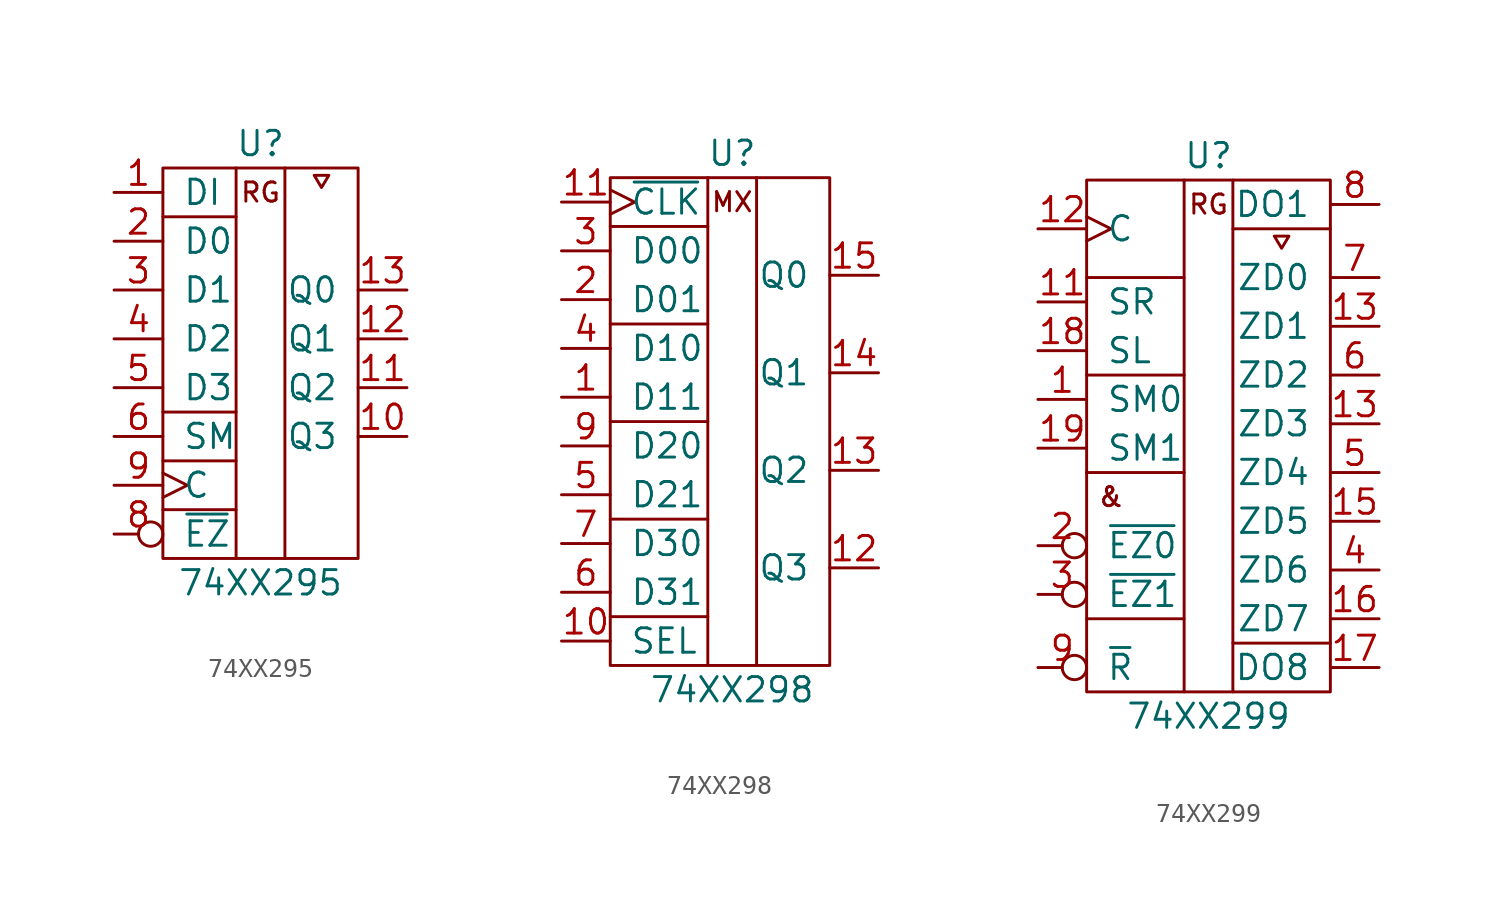
<source format=kicad_sym>
(kicad_symbol_lib
  (version 20211014)
  (generator kicad_symbol_editor)
  (symbol "74XX295"
    (pin_names
      (offset 1.016))
    (property "Reference" "U"
      (at 0 11.43 0)
      (effects (font (size 1.27 1.27))))
    (property "Value" "74XX295"
      (at 0 -11.43 0)
      (effects (font (size 1.27 1.27))))
    (symbol "74XX295_0_0"
      (polyline (pts (xy -5.08 -7.62) (xy -1.27 -7.62)) (stroke (width 0) (type default) (color 0 0 0 0)) (fill (type none)))
      (polyline (pts (xy -5.08 -5.08) (xy -1.27 -5.08)) (stroke (width 0) (type default) (color 0 0 0 0)) (fill (type none)))
      (polyline (pts (xy -5.08 -2.54) (xy -1.27 -2.54)) (stroke (width 0) (type default) (color 0 0 0 0)) (fill (type none)))
      (polyline (pts (xy -5.08 7.62) (xy -1.27 7.62)) (stroke (width 0) (type default) (color 0 0 0 0)) (fill (type none)))
      (text "RG" (at 0 8.89 0) (effects (font (size 1 1)))))
    (symbol "74XX295_0_1"
      (rectangle (start -5.08 -10.16) (end 5.08 10.16) (stroke (width 0) (type default) (color 0 0 0 0)) (fill (type none)))
      (polyline (pts (xy -1.27 10.16) (xy -1.27 -10.16)) (stroke (width 0) (type default) (color 0 0 0 0)) (fill (type none)))
      (polyline (pts (xy 1.27 -10.16) (xy 1.27 10.16)) (stroke (width 0) (type default) (color 0 0 0 0)) (fill (type none)))
      (polyline (pts (xy 3.175 9.144) (xy 2.794 9.779) (xy 3.556 9.779) (xy 3.175 9.144)) (stroke (width 0) (type default) (color 0 0 0 0)) (fill (type none)))
      (pin power_in line (at 5.08 10.16 180) (length 0) hide (name "VCC" (effects (font (size 1.27 1.27)))) (number "14" (effects (font (size 1.27 1.27)))))
      (pin power_in line (at 5.08 -10.16 180) (length 0) hide (name "GND" (effects (font (size 1.27 1.27)))) (number "7" (effects (font (size 1.27 1.27))))))
    (symbol "74XX295_1_1"
      (pin input line (at -7.62 8.89 0) (length 2.54) (name "DI" (effects (font (size 1.27 1.27)))) (number "1" (effects (font (size 1.27 1.27)))))
      (pin tri_state line (at 7.62 -3.81 180) (length 2.54) (name "Q3" (effects (font (size 1.27 1.27)))) (number "10" (effects (font (size 1.27 1.27)))))
      (pin tri_state line (at 7.62 -1.27 180) (length 2.54) (name "Q2" (effects (font (size 1.27 1.27)))) (number "11" (effects (font (size 1.27 1.27)))))
      (pin tri_state line (at 7.62 1.27 180) (length 2.54) (name "Q1" (effects (font (size 1.27 1.27)))) (number "12" (effects (font (size 1.27 1.27)))))
      (pin tri_state line (at 7.62 3.81 180) (length 2.54) (name "Q0" (effects (font (size 1.27 1.27)))) (number "13" (effects (font (size 1.27 1.27)))))
      (pin input line (at -7.62 6.35 0) (length 2.54) (name "D0" (effects (font (size 1.27 1.27)))) (number "2" (effects (font (size 1.27 1.27)))))
      (pin input line (at -7.62 3.81 0) (length 2.54) (name "D1" (effects (font (size 1.27 1.27)))) (number "3" (effects (font (size 1.27 1.27)))))
      (pin input line (at -7.62 1.27 0) (length 2.54) (name "D2" (effects (font (size 1.27 1.27)))) (number "4" (effects (font (size 1.27 1.27)))))
      (pin input line (at -7.62 -1.27 0) (length 2.54) (name "D3" (effects (font (size 1.27 1.27)))) (number "5" (effects (font (size 1.27 1.27)))))
      (pin input line (at -7.62 -3.81 0) (length 2.54) (name "SM" (effects (font (size 1.27 1.27)))) (number "6" (effects (font (size 1.27 1.27)))))
      (pin input inverted (at -7.62 -8.89 0) (length 2.54) (name "~{EZ}" (effects (font (size 1.27 1.27)))) (number "8" (effects (font (size 1.27 1.27)))))
      (pin input clock (at -7.62 -6.35 0) (length 2.54) (name "C" (effects (font (size 1.27 1.27)))) (number "9" (effects (font (size 1.27 1.27)))))))
  (symbol "74XX298"
    (pin_names
      (offset 1.016))
    (property "Reference" "U"
      (at 0 13.97 0)
      (effects (font (size 1.27 1.27))))
    (property "Value" "74XX298"
      (at 0 -13.97 0)
      (effects (font (size 1.27 1.27))))
    (symbol "74XX298_1_1"
      (rectangle (start -6.35 -12.7) (end 5.08 12.7) (stroke (width 0) (type default) (color 0 0 0 0)) (fill (type none)))
      (polyline (pts (xy -6.35 -10.16) (xy -1.27 -10.16)) (stroke (width 0) (type default) (color 0 0 0 0)) (fill (type none)))
      (polyline (pts (xy -6.35 -5.08) (xy -1.27 -5.08)) (stroke (width 0) (type default) (color 0 0 0 0)) (fill (type none)))
      (polyline (pts (xy -6.35 5.08) (xy -1.27 5.08)) (stroke (width 0) (type default) (color 0 0 0 0)) (fill (type none)))
      (polyline (pts (xy -6.35 10.16) (xy -1.27 10.16)) (stroke (width 0) (type default) (color 0 0 0 0)) (fill (type none)))
      (polyline (pts (xy -1.27 0) (xy -6.35 0)) (stroke (width 0) (type default) (color 0 0 0 0)) (fill (type none)))
      (polyline (pts (xy -1.27 12.7) (xy -1.27 -12.7)) (stroke (width 0) (type default) (color 0 0 0 0)) (fill (type none)))
      (polyline (pts (xy 1.27 -12.7) (xy 1.27 12.7)) (stroke (width 0) (type default) (color 0 0 0 0)) (fill (type none)))
      (text "MX" (at 0 11.43 0) (effects (font (size 1 1))))
      (pin input line (at -8.89 1.27 0) (length 2.54) (name "D11" (effects (font (size 1.27 1.27)))) (number "1" (effects (font (size 1.27 1.27)))))
      (pin input line (at -8.89 -11.43 0) (length 2.54) (name "SEL" (effects (font (size 1.27 1.27)))) (number "10" (effects (font (size 1.27 1.27)))))
      (pin input clock (at -8.89 11.43 0) (length 2.54) (name "~{CLK}" (effects (font (size 1.27 1.27)))) (number "11" (effects (font (size 1.27 1.27)))))
      (pin output line (at 7.62 -7.62 180) (length 2.54) (name "Q3" (effects (font (size 1.27 1.27)))) (number "12" (effects (font (size 1.27 1.27)))))
      (pin output line (at 7.62 -2.54 180) (length 2.54) (name "Q2" (effects (font (size 1.27 1.27)))) (number "13" (effects (font (size 1.27 1.27)))))
      (pin output line (at 7.62 2.54 180) (length 2.54) (name "Q1" (effects (font (size 1.27 1.27)))) (number "14" (effects (font (size 1.27 1.27)))))
      (pin output line (at 7.62 7.62 180) (length 2.54) (name "Q0" (effects (font (size 1.27 1.27)))) (number "15" (effects (font (size 1.27 1.27)))))
      (pin power_in line (at 5.08 12.7 180) (length 0) hide (name "VCC" (effects (font (size 1.27 1.27)))) (number "16" (effects (font (size 1.27 1.27)))))
      (pin input line (at -8.89 6.35 0) (length 2.54) (name "D01" (effects (font (size 1.27 1.27)))) (number "2" (effects (font (size 1.27 1.27)))))
      (pin input line (at -8.89 8.89 0) (length 2.54) (name "D00" (effects (font (size 1.27 1.27)))) (number "3" (effects (font (size 1.27 1.27)))))
      (pin input line (at -8.89 3.81 0) (length 2.54) (name "D10" (effects (font (size 1.27 1.27)))) (number "4" (effects (font (size 1.27 1.27)))))
      (pin input line (at -8.89 -3.81 0) (length 2.54) (name "D21" (effects (font (size 1.27 1.27)))) (number "5" (effects (font (size 1.27 1.27)))))
      (pin input line (at -8.89 -8.89 0) (length 2.54) (name "D31" (effects (font (size 1.27 1.27)))) (number "6" (effects (font (size 1.27 1.27)))))
      (pin input line (at -8.89 -6.35 0) (length 2.54) (name "D30" (effects (font (size 1.27 1.27)))) (number "7" (effects (font (size 1.27 1.27)))))
      (pin power_in line (at 5.08 -12.7 180) (length 0) hide (name "GND" (effects (font (size 1.27 1.27)))) (number "8" (effects (font (size 1.27 1.27)))))
      (pin input line (at -8.89 -1.27 0) (length 2.54) (name "D20" (effects (font (size 1.27 1.27)))) (number "9" (effects (font (size 1.27 1.27)))))))
  (symbol "74XX299"
    (pin_names
      (offset 1.016))
    (property "Reference" "U"
      (at 0 15.24 0)
      (effects (font (size 1.27 1.27))))
    (property "Value" "74XX299"
      (at 0 -13.97 0)
      (effects (font (size 1.27 1.27))))
    (symbol "74XX299_0_0"
      (rectangle (start -6.35 13.97) (end 6.35 -12.7) (stroke (width 0) (type default) (color 0 0 0 0)) (fill (type none)))
      (polyline (pts (xy -6.35 -8.89) (xy -1.27 -8.89)) (stroke (width 0) (type default) (color 0 0 0 0)) (fill (type none)))
      (polyline (pts (xy -6.35 -1.27) (xy -6.35 -1.27)) (stroke (width 0) (type default) (color 0 0 0 0)) (fill (type none)))
      (polyline (pts (xy -6.35 -1.27) (xy -1.27 -1.27)) (stroke (width 0) (type default) (color 0 0 0 0)) (fill (type none)))
      (polyline (pts (xy -6.35 3.81) (xy -1.27 3.81)) (stroke (width 0) (type default) (color 0 0 0 0)) (fill (type none)))
      (polyline (pts (xy -6.35 8.89) (xy -1.27 8.89)) (stroke (width 0) (type default) (color 0 0 0 0)) (fill (type none)))
      (polyline (pts (xy -1.27 13.97) (xy -1.27 -12.7)) (stroke (width 0) (type default) (color 0 0 0 0)) (fill (type none)))
      (polyline (pts (xy 1.27 13.97) (xy 1.27 -12.7)) (stroke (width 0) (type default) (color 0 0 0 0)) (fill (type none)))
      (text "&" (at -5.08 -2.54 0) (effects (font (size 1 1))))
      (text "RG" (at 0 12.7 0) (effects (font (size 1 1)))))
    (symbol "74XX299_0_1"
      (polyline (pts (xy 1.27 -10.16) (xy 6.35 -10.16)) (stroke (width 0) (type default) (color 0 0 0 0)) (fill (type none)))
      (polyline (pts (xy 1.27 11.43) (xy 6.35 11.43)) (stroke (width 0) (type default) (color 0 0 0 0)) (fill (type none)))
      (polyline (pts (xy 3.81 10.414) (xy 3.429 11.049) (xy 4.191 11.049) (xy 3.81 10.414)) (stroke (width 0) (type default) (color 0 0 0 0)) (fill (type none)))
      (pin power_in line (at 6.35 -12.7 180) (length 0) hide (name "GND" (effects (font (size 1.27 1.27)))) (number "10" (effects (font (size 1.27 1.27)))))
      (pin power_in line (at 6.35 13.97 180) (length 0) hide (name "VCC" (effects (font (size 1.27 1.27)))) (number "20" (effects (font (size 1.27 1.27))))))
    (symbol "74XX299_1_1"
      (pin input line (at -8.89 2.54 0) (length 2.54) (name "SM0" (effects (font (size 1.27 1.27)))) (number "1" (effects (font (size 1.27 1.27)))))
      (pin input line (at -8.89 7.62 0) (length 2.54) (name "SR" (effects (font (size 1.27 1.27)))) (number "11" (effects (font (size 1.27 1.27)))))
      (pin input clock (at -8.89 11.43 0) (length 2.54) (name "C" (effects (font (size 1.27 1.27)))) (number "12" (effects (font (size 1.27 1.27)))))
      (pin bidirectional line (at 8.89 6.35 180) (length 2.54) (name "ZD1" (effects (font (size 1.27 1.27)))) (number "13" (effects (font (size 1.27 1.27)))))
      (pin bidirectional line (at 8.89 1.27 180) (length 2.54) (name "ZD3" (effects (font (size 1.27 1.27)))) (number "13" (effects (font (size 1.27 1.27)))))
      (pin bidirectional line (at 8.89 -3.81 180) (length 2.54) (name "ZD5" (effects (font (size 1.27 1.27)))) (number "15" (effects (font (size 1.27 1.27)))))
      (pin bidirectional line (at 8.89 -8.89 180) (length 2.54) (name "ZD7" (effects (font (size 1.27 1.27)))) (number "16" (effects (font (size 1.27 1.27)))))
      (pin output line (at 8.89 -11.43 180) (length 2.54) (name "DO8" (effects (font (size 1.27 1.27)))) (number "17" (effects (font (size 1.27 1.27)))))
      (pin input line (at -8.89 5.08 0) (length 2.54) (name "SL" (effects (font (size 1.27 1.27)))) (number "18" (effects (font (size 1.27 1.27)))))
      (pin input line (at -8.89 0 0) (length 2.54) (name "SM1" (effects (font (size 1.27 1.27)))) (number "19" (effects (font (size 1.27 1.27)))))
      (pin input inverted (at -8.89 -5.08 0) (length 2.54) (name "~{EZ0}" (effects (font (size 1.27 1.27)))) (number "2" (effects (font (size 1.27 1.27)))))
      (pin input inverted (at -8.89 -7.62 0) (length 2.54) (name "~{EZ1}" (effects (font (size 1.27 1.27)))) (number "3" (effects (font (size 1.27 1.27)))))
      (pin bidirectional line (at 8.89 -6.35 180) (length 2.54) (name "ZD6" (effects (font (size 1.27 1.27)))) (number "4" (effects (font (size 1.27 1.27)))))
      (pin bidirectional line (at 8.89 -1.27 180) (length 2.54) (name "ZD4" (effects (font (size 1.27 1.27)))) (number "5" (effects (font (size 1.27 1.27)))))
      (pin bidirectional line (at 8.89 3.81 180) (length 2.54) (name "ZD2" (effects (font (size 1.27 1.27)))) (number "6" (effects (font (size 1.27 1.27)))))
      (pin bidirectional line (at 8.89 8.89 180) (length 2.54) (name "ZD0" (effects (font (size 1.27 1.27)))) (number "7" (effects (font (size 1.27 1.27)))))
      (pin output line (at 8.89 12.7 180) (length 2.54) (name "DO1" (effects (font (size 1.27 1.27)))) (number "8" (effects (font (size 1.27 1.27)))))
      (pin input inverted (at -8.89 -11.43 0) (length 2.54) (name "~{R}" (effects (font (size 1.27 1.27)))) (number "9" (effects (font (size 1.27 1.27))))))))
</source>
